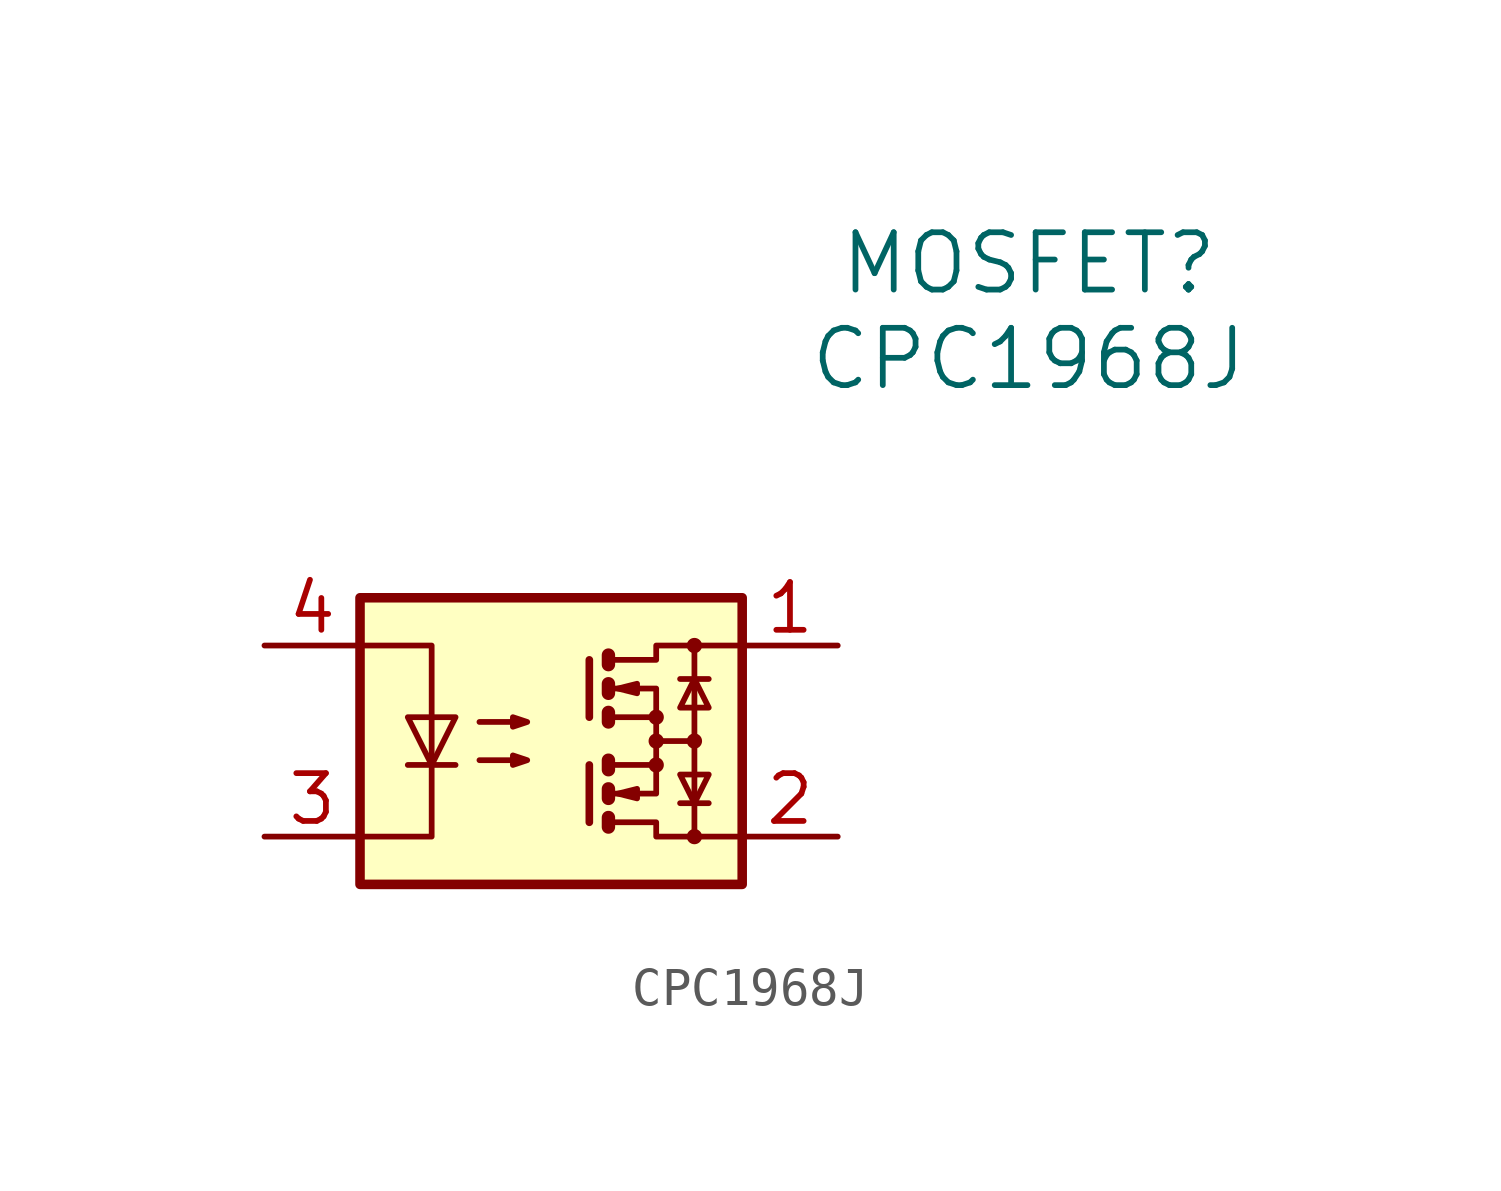
<source format=kicad_sym>
(kicad_symbol_lib
  (version 20241209)
  (generator "kicad_symbol_editor")
  (generator_version "9.0")
  (symbol "CPC1968J"
    (pin_names
      (offset 0.254))
    (property "Reference" "MOSFET"
      (at 20.32 10.16 0)
      (effects (font (size 1.524 1.524))))
    (property "Value" "CPC1968J"
      (at 20.32 7.62 0)
      (effects (font (size 1.524 1.524))))
    (symbol "CPC1968J_0_1"
      (rectangle (start 2.54 1.27) (end 12.7 -6.35) (stroke (width 0.254) (type default)) (fill (type background)))
      (polyline (pts (xy 2.54 0) (xy 4.445 0) (xy 4.445 -5.08) (xy 2.54 -5.08)) (stroke (width 0) (type default)) (fill (type none)))
      (polyline (pts (xy 3.81 -3.175) (xy 5.08 -3.175)) (stroke (width 0) (type default)) (fill (type none)))
      (polyline (pts (xy 4.445 -3.175) (xy 3.81 -1.905) (xy 5.08 -1.905) (xy 4.445 -3.175)) (stroke (width 0) (type default)) (fill (type none)))
      (polyline (pts (xy 5.715 -2.032) (xy 6.985 -2.032) (xy 6.604 -2.159) (xy 6.604 -1.905) (xy 6.985 -2.032)) (stroke (width 0) (type default)) (fill (type none)))
      (polyline (pts (xy 5.715 -3.048) (xy 6.985 -3.048) (xy 6.604 -3.175) (xy 6.604 -2.921) (xy 6.985 -3.048)) (stroke (width 0) (type default)) (fill (type none)))
      (polyline (pts (xy 8.636 -0.381) (xy 8.636 -1.905)) (stroke (width 0.203) (type default)) (fill (type none)))
      (polyline (pts (xy 8.636 -3.175) (xy 8.636 -4.699)) (stroke (width 0.203) (type default)) (fill (type none)))
      (polyline (pts (xy 9.144 -0.254) (xy 9.144 -0.508) (xy 9.144 -0.508)) (stroke (width 0.356) (type default)) (fill (type none)))
      (polyline (pts (xy 9.144 -1.016) (xy 9.144 -1.27) (xy 9.144 -1.27)) (stroke (width 0.356) (type default)) (fill (type none)))
      (polyline (pts (xy 9.144 -1.778) (xy 9.144 -2.032) (xy 9.144 -2.032)) (stroke (width 0.356) (type default)) (fill (type none)))
      (polyline (pts (xy 9.144 -3.048) (xy 9.144 -3.302)) (stroke (width 0.356) (type default)) (fill (type none)))
      (polyline (pts (xy 9.144 -3.81) (xy 9.144 -4.064) (xy 9.144 -4.064)) (stroke (width 0.356) (type default)) (fill (type none)))
      (polyline (pts (xy 9.144 -4.572) (xy 9.144 -4.826) (xy 9.144 -4.826)) (stroke (width 0.356) (type default)) (fill (type none)))
      (polyline (pts (xy 9.271 -0.381) (xy 10.414 -0.381) (xy 10.414 0) (xy 12.7 0)) (stroke (width 0) (type default)) (fill (type none)))
      (polyline (pts (xy 9.271 -1.143) (xy 10.414 -1.143) (xy 10.414 -1.905)) (stroke (width 0) (type default)) (fill (type none)))
      (polyline (pts (xy 9.271 -3.175) (xy 10.414 -3.175) (xy 10.414 -1.905) (xy 9.271 -1.905)) (stroke (width 0) (type default)) (fill (type none)))
      (polyline (pts (xy 9.271 -3.937) (xy 10.414 -3.937) (xy 10.414 -3.175)) (stroke (width 0) (type default)) (fill (type none)))
      (polyline (pts (xy 9.271 -4.699) (xy 10.414 -4.699) (xy 10.414 -5.08) (xy 12.7 -5.08)) (stroke (width 0) (type default)) (fill (type none)))
      (polyline (pts (xy 9.398 -1.143) (xy 9.906 -1.016) (xy 9.906 -1.27) (xy 9.398 -1.143)) (stroke (width 0) (type default)) (fill (type none)))
      (polyline (pts (xy 9.398 -3.937) (xy 9.906 -3.81) (xy 9.906 -4.064) (xy 9.398 -3.937)) (stroke (width 0) (type default)) (fill (type none)))
      (circle (center 10.414 -1.905) (radius 0.127) (stroke (width 0) (type default)) (fill (type none)))
      (polyline (pts (xy 10.414 -2.54) (xy 11.43 -2.54)) (stroke (width 0) (type default)) (fill (type none)))
      (circle (center 10.414 -2.54) (radius 0.127) (stroke (width 0) (type default)) (fill (type none)))
      (circle (center 10.414 -3.175) (radius 0.127) (stroke (width 0) (type default)) (fill (type none)))
      (polyline (pts (xy 11.049 -0.889) (xy 11.811 -0.889)) (stroke (width 0) (type default)) (fill (type none)))
      (polyline (pts (xy 11.049 -4.191) (xy 11.811 -4.191)) (stroke (width 0) (type default)) (fill (type none)))
      (circle (center 11.43 0) (radius 0.127) (stroke (width 0) (type default)) (fill (type none)))
      (polyline (pts (xy 11.43 -0.889) (xy 11.049 -1.651) (xy 11.811 -1.651) (xy 11.43 -0.889)) (stroke (width 0) (type default)) (fill (type none)))
      (circle (center 11.43 -2.54) (radius 0.127) (stroke (width 0) (type default)) (fill (type none)))
      (polyline (pts (xy 11.43 -4.191) (xy 11.049 -3.429) (xy 11.811 -3.429) (xy 11.43 -4.191)) (stroke (width 0) (type default)) (fill (type none)))
      (polyline (pts (xy 11.43 -5.08) (xy 11.43 0)) (stroke (width 0) (type default)) (fill (type none)))
      (circle (center 11.43 -5.08) (radius 0.127) (stroke (width 0) (type default)) (fill (type none))))
    (symbol "CPC1968J_1_1"
      (pin passive line (at 0 0 0) (length 2.54) (name "~" (effects (font (size 1.27 1.27)))) (number "4" (effects (font (size 1.27 1.27)))))
      (pin passive line (at 0 -5.08 0) (length 2.54) (name "~" (effects (font (size 1.27 1.27)))) (number "3" (effects (font (size 1.27 1.27)))))
      (pin passive line (at 15.24 0 180) (length 2.54) (name "~" (effects (font (size 1.27 1.27)))) (number "1" (effects (font (size 1.27 1.27)))))
      (pin passive line (at 15.24 -5.08 180) (length 2.54) (name "~" (effects (font (size 1.27 1.27)))) (number "2" (effects (font (size 1.27 1.27))))))))
</source>
